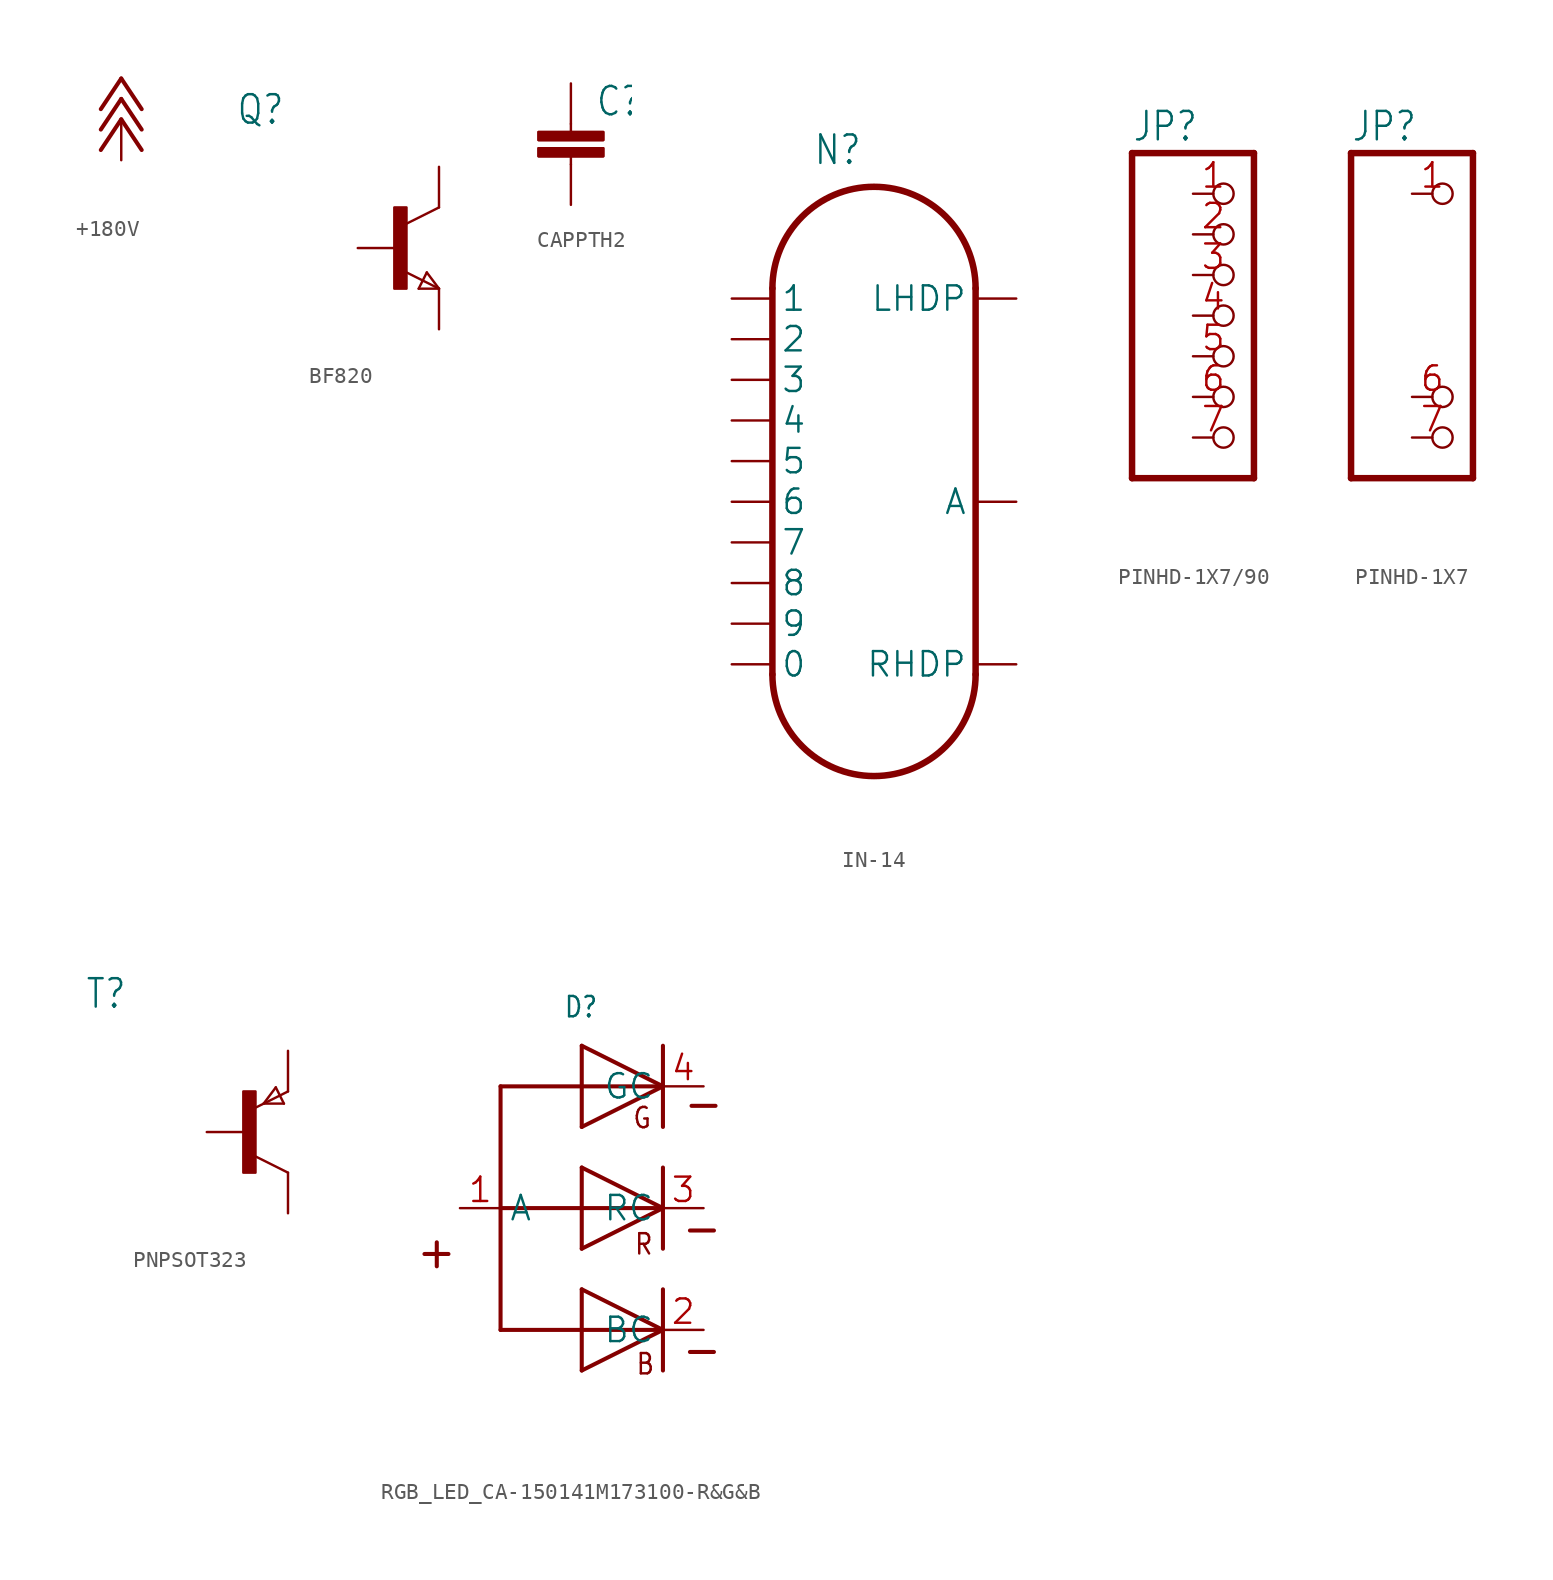
<source format=kicad_sym>
(kicad_symbol_lib
  (version 20241209)
  (generator "kicad_symbol_editor")
  (generator_version "9.0")
  (symbol "+180V"
    (power)
    (property "Reference" "#P+"
      (at 0 0 0)
      (effects (font (size 1.27 1.27)) (hide yes)))
    (property "Value" ""
      (at -2.54 -5.08 90)
      (effects (font (size 1.778 1.511)) (justify left bottom)))
    (property "ki_locked" ""
      (at 0 0 0)
      (effects (font (size 1.27 1.27))))
    (symbol "+180V_1_0"
      (polyline (pts (xy 0 2.54) (xy -1.27 0.635)) (stroke (width 0.254) (type solid)) (fill (type none)))
      (polyline (pts (xy 0 1.27) (xy -1.27 -0.635)) (stroke (width 0.254) (type solid)) (fill (type none)))
      (polyline (pts (xy 0 0) (xy -1.27 -1.905)) (stroke (width 0.254) (type solid)) (fill (type none)))
      (polyline (pts (xy 1.27 0.635) (xy 0 2.54)) (stroke (width 0.254) (type solid)) (fill (type none)))
      (polyline (pts (xy 1.27 -0.635) (xy 0 1.27)) (stroke (width 0.254) (type solid)) (fill (type none)))
      (polyline (pts (xy 1.27 -1.905) (xy 0 0)) (stroke (width 0.254) (type solid)) (fill (type none)))
      (pin power_in line (at 0 -2.54 90) (length 2.54) (name "+180V" (effects (font (size 0 0)))) (number "1" (effects (font (size 0 0)))))))
  (symbol "BF820"
    (property "Reference" "Q"
      (at -10.16 7.62 0)
      (effects (font (size 1.778 1.511)) (justify left bottom)))
    (property "Value" ""
      (at -10.16 5.08 0)
      (effects (font (size 1.778 1.511)) (justify left bottom)))
    (property "ki_locked" ""
      (at 0 0 0)
      (effects (font (size 1.27 1.27))))
    (symbol "BF820_1_0"
      (rectangle (start -0.254 -2.54) (end 0.508 2.54) (stroke (width 0) (type default)) (fill (type outline)))
      (polyline (pts (xy 1.27 -2.54) (xy 1.778 -1.524)) (stroke (width 0.152) (type solid)) (fill (type none)))
      (polyline (pts (xy 1.778 -1.524) (xy 2.54 -2.54)) (stroke (width 0.152) (type solid)) (fill (type none)))
      (polyline (pts (xy 2.54 2.54) (xy 0.508 1.524)) (stroke (width 0.152) (type solid)) (fill (type none)))
      (polyline (pts (xy 2.54 -2.54) (xy 0.508 -1.524)) (stroke (width 0.152) (type solid)) (fill (type none)))
      (polyline (pts (xy 2.54 -2.54) (xy 1.27 -2.54)) (stroke (width 0.152) (type solid)) (fill (type none)))
      (pin passive line (at -2.54 0 0) (length 2.54) (name "B" (effects (font (size 0 0)))) (number "1" (effects (font (size 0 0)))))
      (pin passive line (at 2.54 5.08 270) (length 2.54) (name "C" (effects (font (size 0 0)))) (number "3" (effects (font (size 0 0)))))
      (pin passive line (at 2.54 -5.08 90) (length 2.54) (name "E" (effects (font (size 0 0)))) (number "2" (effects (font (size 0 0)))))))
  (symbol "CAPPTH2"
    (property "Reference" "C"
      (at 1.524 2.921 0)
      (effects (font (size 1.778 1.511)) (justify left bottom)))
    (property "Value" ""
      (at 1.524 -2.159 0)
      (effects (font (size 1.778 1.511)) (justify left bottom)))
    (property "ki_locked" ""
      (at 0 0 0)
      (effects (font (size 1.27 1.27))))
    (symbol "CAPPTH2_1_0"
      (rectangle (start -2.032 1.524) (end 2.032 2.032) (stroke (width 0) (type default)) (fill (type outline)))
      (rectangle (start -2.032 1.524) (end 2.032 2.032) (stroke (width 0) (type default)) (fill (type outline)))
      (rectangle (start -2.032 0.508) (end 2.032 1.016) (stroke (width 0) (type default)) (fill (type outline)))
      (rectangle (start -2.032 0.508) (end 2.032 1.016) (stroke (width 0) (type default)) (fill (type outline)))
      (polyline (pts (xy 0 2.54) (xy 0 2.032)) (stroke (width 0.152) (type solid)) (fill (type none)))
      (polyline (pts (xy 0 0) (xy 0 0.508)) (stroke (width 0.152) (type solid)) (fill (type none)))
      (pin passive line (at 0 5.08 270) (length 2.54) (name "1" (effects (font (size 0 0)))) (number "1" (effects (font (size 0 0)))))
      (pin passive line (at 0 -2.54 90) (length 2.54) (name "2" (effects (font (size 0 0)))) (number "2" (effects (font (size 0 0)))))))
  (symbol "IN-14"
    (property "Reference" "N"
      (at -2.54 18.415 0)
      (effects (font (size 1.778 1.511)) (justify left bottom)))
    (property "ki_locked" ""
      (at 0 0 0)
      (effects (font (size 1.27 1.27))))
    (symbol "IN-14_1_0"
      (polyline (pts (xy -5.08 -13.335) (xy -5.08 10.795)) (stroke (width 0.406) (type solid)) (fill (type none)))
      (arc (start -5.08 10.795) (mid 1.27 17.145) (end 7.62 10.795) (stroke (width 0.4064) (type solid)) (fill (type none)))
      (arc (start 7.62 -13.335) (mid 1.27 -19.685) (end -5.08 -13.335) (stroke (width 0.4064) (type solid)) (fill (type none)))
      (polyline (pts (xy 7.62 -13.335) (xy 7.62 10.795)) (stroke (width 0.406) (type solid)) (fill (type none)))
      (pin bidirectional line (at -7.62 10.16 0) (length 2.54) (name "1" (effects (font (size 1.524 1.524)))) (number "1" (effects (font (size 0 0)))))
      (pin bidirectional line (at -7.62 7.62 0) (length 2.54) (name "2" (effects (font (size 1.524 1.524)))) (number "2" (effects (font (size 0 0)))))
      (pin bidirectional line (at -7.62 5.08 0) (length 2.54) (name "3" (effects (font (size 1.524 1.524)))) (number "3" (effects (font (size 0 0)))))
      (pin bidirectional line (at -7.62 2.54 0) (length 2.54) (name "4" (effects (font (size 1.524 1.524)))) (number "4" (effects (font (size 0 0)))))
      (pin bidirectional line (at -7.62 0 0) (length 2.54) (name "5" (effects (font (size 1.524 1.524)))) (number "5" (effects (font (size 0 0)))))
      (pin bidirectional line (at -7.62 -2.54 0) (length 2.54) (name "6" (effects (font (size 1.524 1.524)))) (number "6" (effects (font (size 0 0)))))
      (pin bidirectional line (at -7.62 -5.08 0) (length 2.54) (name "7" (effects (font (size 1.524 1.524)))) (number "7" (effects (font (size 0 0)))))
      (pin bidirectional line (at -7.62 -7.62 0) (length 2.54) (name "8" (effects (font (size 1.524 1.524)))) (number "8" (effects (font (size 0 0)))))
      (pin bidirectional line (at -7.62 -10.16 0) (length 2.54) (name "9" (effects (font (size 1.524 1.524)))) (number "9" (effects (font (size 0 0)))))
      (pin bidirectional line (at -7.62 -12.7 0) (length 2.54) (name "0" (effects (font (size 1.524 1.524)))) (number "0" (effects (font (size 0 0)))))
      (pin bidirectional line (at 10.16 10.16 180) (length 2.54) (name "LHDP" (effects (font (size 1.524 1.524)))) (number "LHDP" (effects (font (size 0 0)))))
      (pin bidirectional line (at 10.16 -2.54 180) (length 2.54) (name "A" (effects (font (size 1.524 1.524)))) (number "A" (effects (font (size 0 0)))))
      (pin bidirectional line (at 10.16 -12.7 180) (length 2.54) (name "RHDP" (effects (font (size 1.524 1.524)))) (number "RHDP" (effects (font (size 0 0)))))))
  (symbol "PINHD-1X7/90"
    (property "Reference" "JP"
      (at -6.35 10.795 0)
      (effects (font (size 1.778 1.511)) (justify left bottom)))
    (property "Value" ""
      (at -6.35 -12.7 0)
      (effects (font (size 1.778 1.511)) (justify left bottom)))
    (property "ki_locked" ""
      (at 0 0 0)
      (effects (font (size 1.27 1.27))))
    (symbol "PINHD-1X7/90_1_0"
      (polyline (pts (xy -6.35 10.16) (xy -6.35 -10.16)) (stroke (width 0.406) (type solid)) (fill (type none)))
      (polyline (pts (xy -6.35 -10.16) (xy 1.27 -10.16)) (stroke (width 0.406) (type solid)) (fill (type none)))
      (polyline (pts (xy 1.27 10.16) (xy -6.35 10.16)) (stroke (width 0.406) (type solid)) (fill (type none)))
      (polyline (pts (xy 1.27 -10.16) (xy 1.27 10.16)) (stroke (width 0.406) (type solid)) (fill (type none)))
      (pin passive inverted (at -2.54 7.62 0) (length 2.54) (name "1" (effects (font (size 0 0)))) (number "1" (effects (font (size 1.524 1.524)))))
      (pin passive inverted (at -2.54 5.08 0) (length 2.54) (name "2" (effects (font (size 0 0)))) (number "2" (effects (font (size 1.524 1.524)))))
      (pin passive inverted (at -2.54 2.54 0) (length 2.54) (name "3" (effects (font (size 0 0)))) (number "3" (effects (font (size 1.524 1.524)))))
      (pin passive inverted (at -2.54 0 0) (length 2.54) (name "4" (effects (font (size 0 0)))) (number "4" (effects (font (size 1.524 1.524)))))
      (pin passive inverted (at -2.54 -2.54 0) (length 2.54) (name "5" (effects (font (size 0 0)))) (number "5" (effects (font (size 1.524 1.524)))))
      (pin passive inverted (at -2.54 -5.08 0) (length 2.54) (name "6" (effects (font (size 0 0)))) (number "6" (effects (font (size 1.524 1.524)))))
      (pin passive inverted (at -2.54 -7.62 0) (length 2.54) (name "7" (effects (font (size 0 0)))) (number "7" (effects (font (size 1.524 1.524)))))))
  (symbol "PINHD-1X7"
    (property "Reference" "JP"
      (at -6.35 10.795 0)
      (effects (font (size 1.778 1.511)) (justify left bottom)))
    (property "Value" ""
      (at -6.35 -12.7 0)
      (effects (font (size 1.778 1.511)) (justify left bottom)))
    (property "ki_locked" ""
      (at 0 0 0)
      (effects (font (size 1.27 1.27))))
    (symbol "PINHD-1X7_1_0"
      (polyline (pts (xy -6.35 10.16) (xy -6.35 -10.16)) (stroke (width 0.406) (type solid)) (fill (type none)))
      (polyline (pts (xy -6.35 -10.16) (xy 1.27 -10.16)) (stroke (width 0.406) (type solid)) (fill (type none)))
      (polyline (pts (xy 1.27 10.16) (xy -6.35 10.16)) (stroke (width 0.406) (type solid)) (fill (type none)))
      (polyline (pts (xy 1.27 -10.16) (xy 1.27 10.16)) (stroke (width 0.406) (type solid)) (fill (type none)))
      (pin passive inverted (at -2.54 7.62 0) (length 2.54) (name "1" (effects (font (size 0 0)))) (number "1" (effects (font (size 1.524 1.524)))))
      (pin passive inverted (at -2.54 -5.08 0) (length 2.54) (name "6" (effects (font (size 0 0)))) (number "6" (effects (font (size 1.524 1.524)))))
      (pin passive inverted (at -2.54 -7.62 0) (length 2.54) (name "7" (effects (font (size 0 0)))) (number "7" (effects (font (size 1.524 1.524)))))))
  (symbol "PNPSOT323"
    (property "Reference" "T"
      (at -10.16 7.62 0)
      (effects (font (size 1.778 1.511)) (justify left bottom)))
    (property "Value" ""
      (at -10.16 5.08 0)
      (effects (font (size 1.778 1.511)) (justify left bottom)))
    (property "ki_locked" ""
      (at 0 0 0)
      (effects (font (size 1.27 1.27))))
    (symbol "PNPSOT323_1_0"
      (rectangle (start -0.254 -2.54) (end 0.508 2.54) (stroke (width 0) (type default)) (fill (type outline)))
      (polyline (pts (xy 1.016 1.778) (xy 2.286 1.778)) (stroke (width 0.152) (type solid)) (fill (type none)))
      (polyline (pts (xy 1.778 2.794) (xy 1.016 1.778)) (stroke (width 0.152) (type solid)) (fill (type none)))
      (polyline (pts (xy 2.286 1.778) (xy 1.778 2.794)) (stroke (width 0.152) (type solid)) (fill (type none)))
      (polyline (pts (xy 2.54 2.54) (xy 0.508 1.524)) (stroke (width 0.152) (type solid)) (fill (type none)))
      (polyline (pts (xy 2.54 -2.54) (xy 0.508 -1.524)) (stroke (width 0.152) (type solid)) (fill (type none)))
      (pin passive line (at -2.54 0 0) (length 2.54) (name "B" (effects (font (size 0 0)))) (number "2" (effects (font (size 0 0)))))
      (pin passive line (at 2.54 5.08 270) (length 2.54) (name "E" (effects (font (size 0 0)))) (number "3" (effects (font (size 0 0)))))
      (pin passive line (at 2.54 -5.08 90) (length 2.54) (name "C" (effects (font (size 0 0)))) (number "1" (effects (font (size 0 0)))))))
  (symbol "RGB_LED_CA-150141M173100-R&G&B"
    (property "Reference" "D"
      (at -3.69 11.842 0)
      (effects (font (size 1.27 1.079)) (justify left bottom)))
    (property "Value" ""
      (at -3.69 -13.968 0)
      (effects (font (size 1.27 1.079)) (justify left bottom)))
    (property "ki_locked" ""
      (at 0 0 0)
      (effects (font (size 1.27 1.27))))
    (symbol "RGB_LED_CA-150141M173100-R&G&B_1_0"
      (polyline (pts (xy -12.38 -2.87) (xy -10.88 -2.87)) (stroke (width 0.254) (type solid)) (fill (type none)))
      (polyline (pts (xy -11.61 -3.64) (xy -11.61 -2.14)) (stroke (width 0.254) (type solid)) (fill (type none)))
      (polyline (pts (xy -7.62 7.62) (xy -7.62 0)) (stroke (width 0.254) (type solid)) (fill (type none)))
      (polyline (pts (xy -7.62 0) (xy -7.62 -7.62)) (stroke (width 0.254) (type solid)) (fill (type none)))
      (polyline (pts (xy -7.62 -7.62) (xy -2.54 -7.62)) (stroke (width 0.254) (type solid)) (fill (type none)))
      (polyline (pts (xy -2.54 10.16) (xy -2.54 7.62)) (stroke (width 0.254) (type solid)) (fill (type none)))
      (polyline (pts (xy -2.54 7.62) (xy -7.62 7.62)) (stroke (width 0.254) (type solid)) (fill (type none)))
      (polyline (pts (xy -2.54 7.62) (xy -2.54 5.08)) (stroke (width 0.254) (type solid)) (fill (type none)))
      (polyline (pts (xy -2.54 7.62) (xy 2.54 7.62)) (stroke (width 0.254) (type solid)) (fill (type none)))
      (polyline (pts (xy -2.54 5.08) (xy 2.54 7.62)) (stroke (width 0.254) (type solid)) (fill (type none)))
      (polyline (pts (xy -2.54 2.54) (xy -2.54 0)) (stroke (width 0.254) (type solid)) (fill (type none)))
      (polyline (pts (xy -2.54 0) (xy -7.62 0)) (stroke (width 0.254) (type solid)) (fill (type none)))
      (polyline (pts (xy -2.54 0) (xy -2.54 -2.54)) (stroke (width 0.254) (type solid)) (fill (type none)))
      (polyline (pts (xy -2.54 0) (xy 2.54 0)) (stroke (width 0.254) (type solid)) (fill (type none)))
      (polyline (pts (xy -2.54 -2.54) (xy 2.54 0)) (stroke (width 0.254) (type solid)) (fill (type none)))
      (polyline (pts (xy -2.54 -5.08) (xy -2.54 -7.62)) (stroke (width 0.254) (type solid)) (fill (type none)))
      (polyline (pts (xy -2.54 -7.62) (xy -2.54 -10.16)) (stroke (width 0.254) (type solid)) (fill (type none)))
      (polyline (pts (xy -2.54 -7.62) (xy 2.54 -7.62)) (stroke (width 0.254) (type solid)) (fill (type none)))
      (polyline (pts (xy -2.54 -10.16) (xy 2.54 -7.62)) (stroke (width 0.254) (type solid)) (fill (type none)))
      (polyline (pts (xy 2.54 10.16) (xy 2.54 5.08)) (stroke (width 0.254) (type solid)) (fill (type none)))
      (polyline (pts (xy 2.54 7.62) (xy -2.54 10.16)) (stroke (width 0.254) (type solid)) (fill (type none)))
      (polyline (pts (xy 2.54 2.54) (xy 2.54 -2.54)) (stroke (width 0.254) (type solid)) (fill (type none)))
      (polyline (pts (xy 2.54 0) (xy -2.54 2.54)) (stroke (width 0.254) (type solid)) (fill (type none)))
      (polyline (pts (xy 2.54 -5.08) (xy 2.54 -10.16)) (stroke (width 0.254) (type solid)) (fill (type none)))
      (polyline (pts (xy 2.54 -7.62) (xy -2.54 -5.08)) (stroke (width 0.254) (type solid)) (fill (type none)))
      (polyline (pts (xy 4.23 -1.4) (xy 5.73 -1.4)) (stroke (width 0.254) (type solid)) (fill (type none)))
      (polyline (pts (xy 4.23 -9) (xy 5.73 -9)) (stroke (width 0.254) (type solid)) (fill (type none)))
      (polyline (pts (xy 4.33 6.4) (xy 5.83 6.4)) (stroke (width 0.254) (type solid)) (fill (type none)))
      (text "G" (at 0.6 4.9 0) (effects (font (size 1.27 1.079)) (justify left bottom)))
      (text "R" (at 0.7 -3 0) (effects (font (size 1.27 1.079)) (justify left bottom)))
      (text "B" (at 0.8 -10.5 0) (effects (font (size 1.27 1.079)) (justify left bottom)))
      (pin bidirectional line (at -10.16 0 0) (length 2.54) (name "A" (effects (font (size 1.524 1.524)))) (number "1" (effects (font (size 1.524 1.524)))))
      (pin bidirectional line (at 5.08 7.62 180) (length 2.54) (name "GC" (effects (font (size 1.524 1.524)))) (number "4" (effects (font (size 1.524 1.524)))))
      (pin bidirectional line (at 5.08 0 180) (length 2.54) (name "RC" (effects (font (size 1.524 1.524)))) (number "3" (effects (font (size 1.524 1.524)))))
      (pin bidirectional line (at 5.08 -7.62 180) (length 2.54) (name "BC" (effects (font (size 1.524 1.524)))) (number "2" (effects (font (size 1.524 1.524))))))))
</source>
